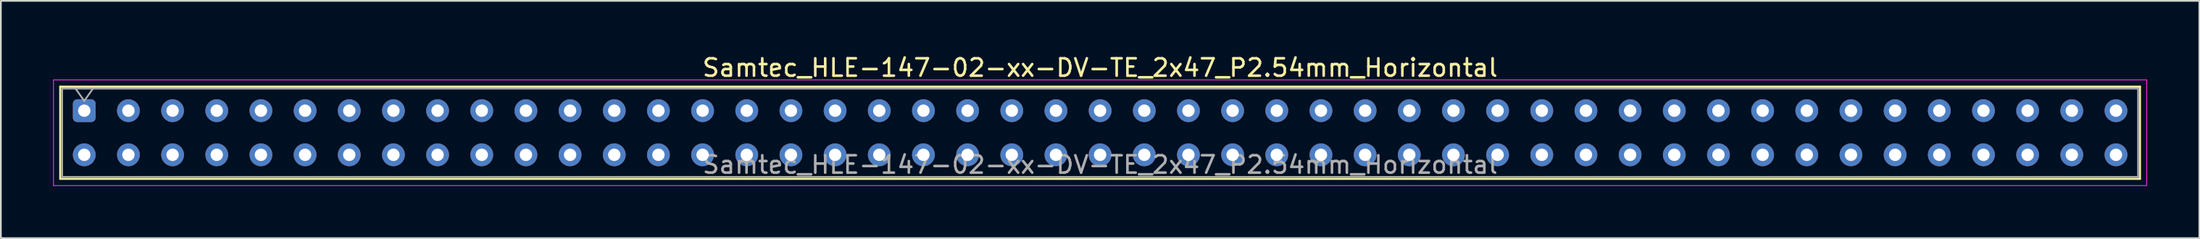
<source format=kicad_pcb>
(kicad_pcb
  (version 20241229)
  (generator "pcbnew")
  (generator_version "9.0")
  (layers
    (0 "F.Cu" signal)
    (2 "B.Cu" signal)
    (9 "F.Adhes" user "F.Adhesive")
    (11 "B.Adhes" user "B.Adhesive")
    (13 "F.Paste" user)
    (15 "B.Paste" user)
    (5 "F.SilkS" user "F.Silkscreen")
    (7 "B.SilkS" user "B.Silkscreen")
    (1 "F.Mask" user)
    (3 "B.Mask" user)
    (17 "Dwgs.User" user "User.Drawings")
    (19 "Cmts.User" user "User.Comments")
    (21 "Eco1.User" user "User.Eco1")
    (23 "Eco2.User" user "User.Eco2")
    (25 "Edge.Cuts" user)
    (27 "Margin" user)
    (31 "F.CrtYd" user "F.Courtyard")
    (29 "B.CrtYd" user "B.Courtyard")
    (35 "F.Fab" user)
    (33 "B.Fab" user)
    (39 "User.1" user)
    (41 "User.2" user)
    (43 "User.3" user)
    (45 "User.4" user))
  (footprint "Samtec_HLE-147-02-xx-DV-TE_2x47_P2.54mm_Horizontal"
    (layer "F.Cu")
    (at 1.795 3.318)
    (property "Reference" "Samtec_HLE-147-02-xx-DV-TE_2x47_P2.54mm_Horizontal" (at 58.42 -2.47 0) (layer "F.SilkS") (effects (font (size 1 1) (thickness 0.15))))
    (attr through_hole)
    (fp_line (start -1.38 -1.38) (end 118.22 -1.38) (stroke (width 0.12) (type solid)) (layer "F.SilkS"))
    (fp_line (start -1.38 3.92) (end -1.38 -1.38) (stroke (width 0.12) (type solid)) (layer "F.SilkS"))
    (fp_line (start 118.22 -1.38) (end 118.22 3.92) (stroke (width 0.12) (type solid)) (layer "F.SilkS"))
    (fp_line (start 118.22 3.92) (end -1.38 3.92) (stroke (width 0.12) (type solid)) (layer "F.SilkS"))
    (fp_line (start -1.77 -1.77) (end 118.61 -1.77) (stroke (width 0.05) (type solid)) (layer "F.CrtYd"))
    (fp_line (start -1.77 4.31) (end -1.77 -1.77) (stroke (width 0.05) (type solid)) (layer "F.CrtYd"))
    (fp_line (start 118.61 -1.77) (end 118.61 4.31) (stroke (width 0.05) (type solid)) (layer "F.CrtYd"))
    (fp_line (start 118.61 4.31) (end -1.77 4.31) (stroke (width 0.05) (type solid)) (layer "F.CrtYd"))
    (fp_line (start -1.27 -1.27) (end 118.11 -1.27) (stroke (width 0.1) (type solid)) (layer "F.Fab"))
    (fp_line (start -1.27 3.81) (end -1.27 -1.27) (stroke (width 0.1) (type solid)) (layer "F.Fab"))
    (fp_line (start -0.5 -1.27) (end 0 -0.563) (stroke (width 0.1) (type solid)) (layer "F.Fab"))
    (fp_line (start 0 -0.563) (end 0.5 -1.27) (stroke (width 0.1) (type solid)) (layer "F.Fab"))
    (fp_line (start 118.11 -1.27) (end 118.11 3.81) (stroke (width 0.1) (type solid)) (layer "F.Fab"))
    (fp_line (start 118.11 3.81) (end -1.27 3.81) (stroke (width 0.1) (type solid)) (layer "F.Fab"))
    (fp_text user "${REFERENCE}" (at 58.42 3.11 0) (layer "F.Fab") (effects (font (size 1 1) (thickness 0.15))))
    (pad "1" thru_hole roundrect (at 0 0) (size 1.31 1.31) (drill 0.71) (layers "*.Cu" "*.Mask") (roundrect_rratio 0.191))
    (pad "2" thru_hole circle (at 0 2.54) (size 1.31 1.31) (drill 0.71) (layers "*.Cu" "*.Mask"))
    (pad "3" thru_hole circle (at 2.54 0) (size 1.31 1.31) (drill 0.71) (layers "*.Cu" "*.Mask"))
    (pad "4" thru_hole circle (at 2.54 2.54) (size 1.31 1.31) (drill 0.71) (layers "*.Cu" "*.Mask"))
    (pad "5" thru_hole circle (at 5.08 0) (size 1.31 1.31) (drill 0.71) (layers "*.Cu" "*.Mask"))
    (pad "6" thru_hole circle (at 5.08 2.54) (size 1.31 1.31) (drill 0.71) (layers "*.Cu" "*.Mask"))
    (pad "7" thru_hole circle (at 7.62 0) (size 1.31 1.31) (drill 0.71) (layers "*.Cu" "*.Mask"))
    (pad "8" thru_hole circle (at 7.62 2.54) (size 1.31 1.31) (drill 0.71) (layers "*.Cu" "*.Mask"))
    (pad "9" thru_hole circle (at 10.16 0) (size 1.31 1.31) (drill 0.71) (layers "*.Cu" "*.Mask"))
    (pad "10" thru_hole circle (at 10.16 2.54) (size 1.31 1.31) (drill 0.71) (layers "*.Cu" "*.Mask"))
    (pad "11" thru_hole circle (at 12.7 0) (size 1.31 1.31) (drill 0.71) (layers "*.Cu" "*.Mask"))
    (pad "12" thru_hole circle (at 12.7 2.54) (size 1.31 1.31) (drill 0.71) (layers "*.Cu" "*.Mask"))
    (pad "13" thru_hole circle (at 15.24 0) (size 1.31 1.31) (drill 0.71) (layers "*.Cu" "*.Mask"))
    (pad "14" thru_hole circle (at 15.24 2.54) (size 1.31 1.31) (drill 0.71) (layers "*.Cu" "*.Mask"))
    (pad "15" thru_hole circle (at 17.78 0) (size 1.31 1.31) (drill 0.71) (layers "*.Cu" "*.Mask"))
    (pad "16" thru_hole circle (at 17.78 2.54) (size 1.31 1.31) (drill 0.71) (layers "*.Cu" "*.Mask"))
    (pad "17" thru_hole circle (at 20.32 0) (size 1.31 1.31) (drill 0.71) (layers "*.Cu" "*.Mask"))
    (pad "18" thru_hole circle (at 20.32 2.54) (size 1.31 1.31) (drill 0.71) (layers "*.Cu" "*.Mask"))
    (pad "19" thru_hole circle (at 22.86 0) (size 1.31 1.31) (drill 0.71) (layers "*.Cu" "*.Mask"))
    (pad "20" thru_hole circle (at 22.86 2.54) (size 1.31 1.31) (drill 0.71) (layers "*.Cu" "*.Mask"))
    (pad "21" thru_hole circle (at 25.4 0) (size 1.31 1.31) (drill 0.71) (layers "*.Cu" "*.Mask"))
    (pad "22" thru_hole circle (at 25.4 2.54) (size 1.31 1.31) (drill 0.71) (layers "*.Cu" "*.Mask"))
    (pad "23" thru_hole circle (at 27.94 0) (size 1.31 1.31) (drill 0.71) (layers "*.Cu" "*.Mask"))
    (pad "24" thru_hole circle (at 27.94 2.54) (size 1.31 1.31) (drill 0.71) (layers "*.Cu" "*.Mask"))
    (pad "25" thru_hole circle (at 30.48 0) (size 1.31 1.31) (drill 0.71) (layers "*.Cu" "*.Mask"))
    (pad "26" thru_hole circle (at 30.48 2.54) (size 1.31 1.31) (drill 0.71) (layers "*.Cu" "*.Mask"))
    (pad "27" thru_hole circle (at 33.02 0) (size 1.31 1.31) (drill 0.71) (layers "*.Cu" "*.Mask"))
    (pad "28" thru_hole circle (at 33.02 2.54) (size 1.31 1.31) (drill 0.71) (layers "*.Cu" "*.Mask"))
    (pad "29" thru_hole circle (at 35.56 0) (size 1.31 1.31) (drill 0.71) (layers "*.Cu" "*.Mask"))
    (pad "30" thru_hole circle (at 35.56 2.54) (size 1.31 1.31) (drill 0.71) (layers "*.Cu" "*.Mask"))
    (pad "31" thru_hole circle (at 38.1 0) (size 1.31 1.31) (drill 0.71) (layers "*.Cu" "*.Mask"))
    (pad "32" thru_hole circle (at 38.1 2.54) (size 1.31 1.31) (drill 0.71) (layers "*.Cu" "*.Mask"))
    (pad "33" thru_hole circle (at 40.64 0) (size 1.31 1.31) (drill 0.71) (layers "*.Cu" "*.Mask"))
    (pad "34" thru_hole circle (at 40.64 2.54) (size 1.31 1.31) (drill 0.71) (layers "*.Cu" "*.Mask"))
    (pad "35" thru_hole circle (at 43.18 0) (size 1.31 1.31) (drill 0.71) (layers "*.Cu" "*.Mask"))
    (pad "36" thru_hole circle (at 43.18 2.54) (size 1.31 1.31) (drill 0.71) (layers "*.Cu" "*.Mask"))
    (pad "37" thru_hole circle (at 45.72 0) (size 1.31 1.31) (drill 0.71) (layers "*.Cu" "*.Mask"))
    (pad "38" thru_hole circle (at 45.72 2.54) (size 1.31 1.31) (drill 0.71) (layers "*.Cu" "*.Mask"))
    (pad "39" thru_hole circle (at 48.26 0) (size 1.31 1.31) (drill 0.71) (layers "*.Cu" "*.Mask"))
    (pad "40" thru_hole circle (at 48.26 2.54) (size 1.31 1.31) (drill 0.71) (layers "*.Cu" "*.Mask"))
    (pad "41" thru_hole circle (at 50.8 0) (size 1.31 1.31) (drill 0.71) (layers "*.Cu" "*.Mask"))
    (pad "42" thru_hole circle (at 50.8 2.54) (size 1.31 1.31) (drill 0.71) (layers "*.Cu" "*.Mask"))
    (pad "43" thru_hole circle (at 53.34 0) (size 1.31 1.31) (drill 0.71) (layers "*.Cu" "*.Mask"))
    (pad "44" thru_hole circle (at 53.34 2.54) (size 1.31 1.31) (drill 0.71) (layers "*.Cu" "*.Mask"))
    (pad "45" thru_hole circle (at 55.88 0) (size 1.31 1.31) (drill 0.71) (layers "*.Cu" "*.Mask"))
    (pad "46" thru_hole circle (at 55.88 2.54) (size 1.31 1.31) (drill 0.71) (layers "*.Cu" "*.Mask"))
    (pad "47" thru_hole circle (at 58.42 0) (size 1.31 1.31) (drill 0.71) (layers "*.Cu" "*.Mask"))
    (pad "48" thru_hole circle (at 58.42 2.54) (size 1.31 1.31) (drill 0.71) (layers "*.Cu" "*.Mask"))
    (pad "49" thru_hole circle (at 60.96 0) (size 1.31 1.31) (drill 0.71) (layers "*.Cu" "*.Mask"))
    (pad "50" thru_hole circle (at 60.96 2.54) (size 1.31 1.31) (drill 0.71) (layers "*.Cu" "*.Mask"))
    (pad "51" thru_hole circle (at 63.5 0) (size 1.31 1.31) (drill 0.71) (layers "*.Cu" "*.Mask"))
    (pad "52" thru_hole circle (at 63.5 2.54) (size 1.31 1.31) (drill 0.71) (layers "*.Cu" "*.Mask"))
    (pad "53" thru_hole circle (at 66.04 0) (size 1.31 1.31) (drill 0.71) (layers "*.Cu" "*.Mask"))
    (pad "54" thru_hole circle (at 66.04 2.54) (size 1.31 1.31) (drill 0.71) (layers "*.Cu" "*.Mask"))
    (pad "55" thru_hole circle (at 68.58 0) (size 1.31 1.31) (drill 0.71) (layers "*.Cu" "*.Mask"))
    (pad "56" thru_hole circle (at 68.58 2.54) (size 1.31 1.31) (drill 0.71) (layers "*.Cu" "*.Mask"))
    (pad "57" thru_hole circle (at 71.12 0) (size 1.31 1.31) (drill 0.71) (layers "*.Cu" "*.Mask"))
    (pad "58" thru_hole circle (at 71.12 2.54) (size 1.31 1.31) (drill 0.71) (layers "*.Cu" "*.Mask"))
    (pad "59" thru_hole circle (at 73.66 0) (size 1.31 1.31) (drill 0.71) (layers "*.Cu" "*.Mask"))
    (pad "60" thru_hole circle (at 73.66 2.54) (size 1.31 1.31) (drill 0.71) (layers "*.Cu" "*.Mask"))
    (pad "61" thru_hole circle (at 76.2 0) (size 1.31 1.31) (drill 0.71) (layers "*.Cu" "*.Mask"))
    (pad "62" thru_hole circle (at 76.2 2.54) (size 1.31 1.31) (drill 0.71) (layers "*.Cu" "*.Mask"))
    (pad "63" thru_hole circle (at 78.74 0) (size 1.31 1.31) (drill 0.71) (layers "*.Cu" "*.Mask"))
    (pad "64" thru_hole circle (at 78.74 2.54) (size 1.31 1.31) (drill 0.71) (layers "*.Cu" "*.Mask"))
    (pad "65" thru_hole circle (at 81.28 0) (size 1.31 1.31) (drill 0.71) (layers "*.Cu" "*.Mask"))
    (pad "66" thru_hole circle (at 81.28 2.54) (size 1.31 1.31) (drill 0.71) (layers "*.Cu" "*.Mask"))
    (pad "67" thru_hole circle (at 83.82 0) (size 1.31 1.31) (drill 0.71) (layers "*.Cu" "*.Mask"))
    (pad "68" thru_hole circle (at 83.82 2.54) (size 1.31 1.31) (drill 0.71) (layers "*.Cu" "*.Mask"))
    (pad "69" thru_hole circle (at 86.36 0) (size 1.31 1.31) (drill 0.71) (layers "*.Cu" "*.Mask"))
    (pad "70" thru_hole circle (at 86.36 2.54) (size 1.31 1.31) (drill 0.71) (layers "*.Cu" "*.Mask"))
    (pad "71" thru_hole circle (at 88.9 0) (size 1.31 1.31) (drill 0.71) (layers "*.Cu" "*.Mask"))
    (pad "72" thru_hole circle (at 88.9 2.54) (size 1.31 1.31) (drill 0.71) (layers "*.Cu" "*.Mask"))
    (pad "73" thru_hole circle (at 91.44 0) (size 1.31 1.31) (drill 0.71) (layers "*.Cu" "*.Mask"))
    (pad "74" thru_hole circle (at 91.44 2.54) (size 1.31 1.31) (drill 0.71) (layers "*.Cu" "*.Mask"))
    (pad "75" thru_hole circle (at 93.98 0) (size 1.31 1.31) (drill 0.71) (layers "*.Cu" "*.Mask"))
    (pad "76" thru_hole circle (at 93.98 2.54) (size 1.31 1.31) (drill 0.71) (layers "*.Cu" "*.Mask"))
    (pad "77" thru_hole circle (at 96.52 0) (size 1.31 1.31) (drill 0.71) (layers "*.Cu" "*.Mask"))
    (pad "78" thru_hole circle (at 96.52 2.54) (size 1.31 1.31) (drill 0.71) (layers "*.Cu" "*.Mask"))
    (pad "79" thru_hole circle (at 99.06 0) (size 1.31 1.31) (drill 0.71) (layers "*.Cu" "*.Mask"))
    (pad "80" thru_hole circle (at 99.06 2.54) (size 1.31 1.31) (drill 0.71) (layers "*.Cu" "*.Mask"))
    (pad "81" thru_hole circle (at 101.6 0) (size 1.31 1.31) (drill 0.71) (layers "*.Cu" "*.Mask"))
    (pad "82" thru_hole circle (at 101.6 2.54) (size 1.31 1.31) (drill 0.71) (layers "*.Cu" "*.Mask"))
    (pad "83" thru_hole circle (at 104.14 0) (size 1.31 1.31) (drill 0.71) (layers "*.Cu" "*.Mask"))
    (pad "84" thru_hole circle (at 104.14 2.54) (size 1.31 1.31) (drill 0.71) (layers "*.Cu" "*.Mask"))
    (pad "85" thru_hole circle (at 106.68 0) (size 1.31 1.31) (drill 0.71) (layers "*.Cu" "*.Mask"))
    (pad "86" thru_hole circle (at 106.68 2.54) (size 1.31 1.31) (drill 0.71) (layers "*.Cu" "*.Mask"))
    (pad "87" thru_hole circle (at 109.22 0) (size 1.31 1.31) (drill 0.71) (layers "*.Cu" "*.Mask"))
    (pad "88" thru_hole circle (at 109.22 2.54) (size 1.31 1.31) (drill 0.71) (layers "*.Cu" "*.Mask"))
    (pad "89" thru_hole circle (at 111.76 0) (size 1.31 1.31) (drill 0.71) (layers "*.Cu" "*.Mask"))
    (pad "90" thru_hole circle (at 111.76 2.54) (size 1.31 1.31) (drill 0.71) (layers "*.Cu" "*.Mask"))
    (pad "91" thru_hole circle (at 114.3 0) (size 1.31 1.31) (drill 0.71) (layers "*.Cu" "*.Mask"))
    (pad "92" thru_hole circle (at 114.3 2.54) (size 1.31 1.31) (drill 0.71) (layers "*.Cu" "*.Mask"))
    (pad "93" thru_hole circle (at 116.84 0) (size 1.31 1.31) (drill 0.71) (layers "*.Cu" "*.Mask"))
    (pad "94" thru_hole circle (at 116.84 2.54) (size 1.31 1.31) (drill 0.71) (layers "*.Cu" "*.Mask")))
  (gr_rect
    (start -3 -3)
    (end 123.43 10.653)
    (stroke (width 0.1) (type default))
    (fill no)
    (layer "Edge.Cuts")))
</source>
